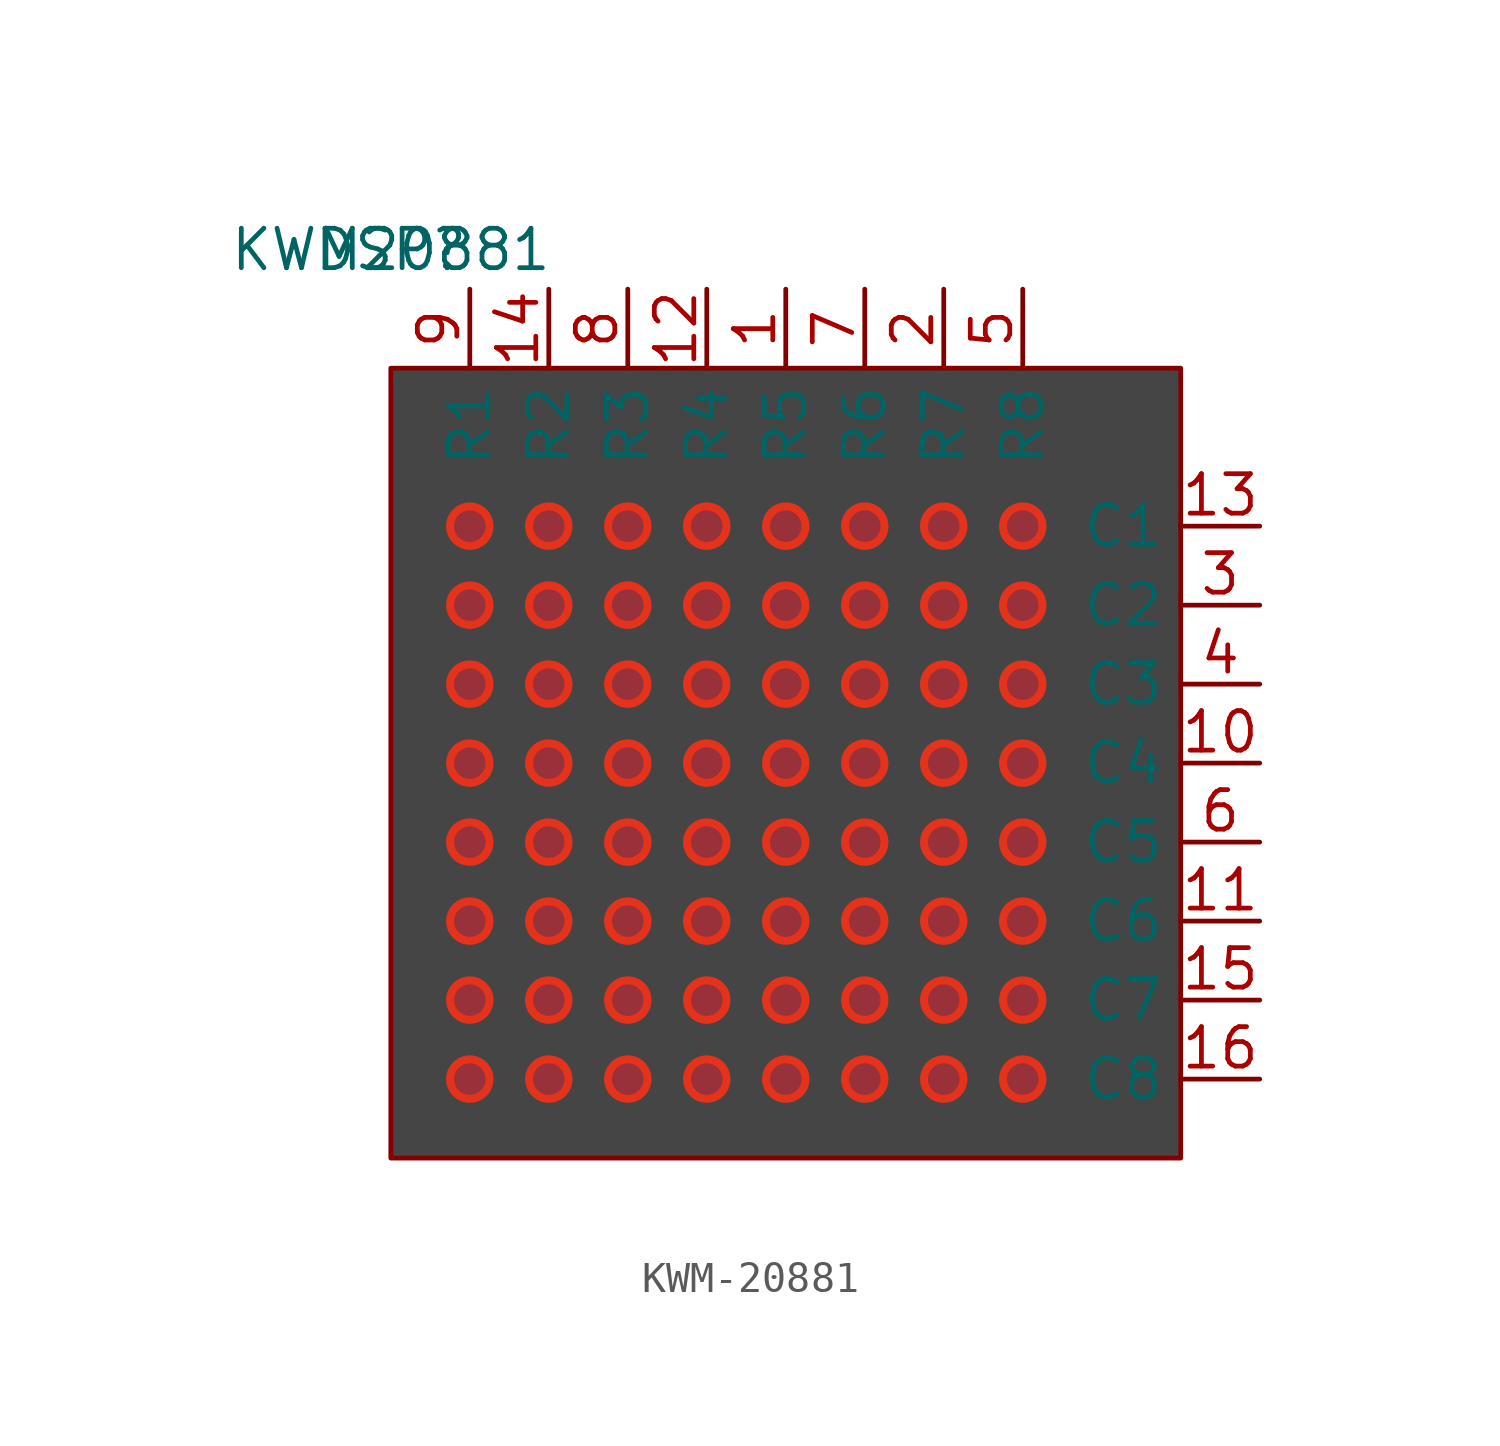
<source format=kicad_sym>
(kicad_symbol_lib
  (version 20241209)
  (generator "kicad_symbol_editor")
  (generator_version "9.0")
  (symbol "KWM-20881"
    (property "Reference" "DSP"
      (at 0 0 0)
      (effects (font (size 1.27 1.27))))
    (property "Value" "KWM20881"
      (at 0 0 0)
      (effects (font (size 1.27 1.27))))
    (symbol "KWM-20881_0_0"
      (pin input line (at 2.54 -1.27 270) (length 2.54) (name "R1" (effects (font (size 1.27 1.27)))) (number "9" (effects (font (size 1.27 1.27)))))
      (pin input line (at 5.08 -1.27 270) (length 2.54) (name "R2" (effects (font (size 1.27 1.27)))) (number "14" (effects (font (size 1.27 1.27)))))
      (pin input line (at 7.62 -1.27 270) (length 2.54) (name "R3" (effects (font (size 1.27 1.27)))) (number "8" (effects (font (size 1.27 1.27)))))
      (pin input line (at 10.16 -1.27 270) (length 2.54) (name "R4" (effects (font (size 1.27 1.27)))) (number "12" (effects (font (size 1.27 1.27)))))
      (pin input line (at 12.7 -1.27 270) (length 2.54) (name "R5" (effects (font (size 1.27 1.27)))) (number "1" (effects (font (size 1.27 1.27)))))
      (pin input line (at 15.24 -1.27 270) (length 2.54) (name "R6" (effects (font (size 1.27 1.27)))) (number "7" (effects (font (size 1.27 1.27)))))
      (pin input line (at 17.78 -1.27 270) (length 2.54) (name "R7" (effects (font (size 1.27 1.27)))) (number "2" (effects (font (size 1.27 1.27)))))
      (pin input line (at 20.32 -1.27 270) (length 2.54) (name "R8" (effects (font (size 1.27 1.27)))) (number "5" (effects (font (size 1.27 1.27)))))
      (pin input line (at 27.94 -8.89 180) (length 2.54) (name "C1" (effects (font (size 1.27 1.27)))) (number "13" (effects (font (size 1.27 1.27)))))
      (pin input line (at 27.94 -11.43 180) (length 2.54) (name "C2" (effects (font (size 1.27 1.27)))) (number "3" (effects (font (size 1.27 1.27)))))
      (pin input line (at 27.94 -13.97 180) (length 2.54) (name "C3" (effects (font (size 1.27 1.27)))) (number "4" (effects (font (size 1.27 1.27)))))
      (pin input line (at 27.94 -16.51 180) (length 2.54) (name "C4" (effects (font (size 1.27 1.27)))) (number "10" (effects (font (size 1.27 1.27)))))
      (pin input line (at 27.94 -19.05 180) (length 2.54) (name "C5" (effects (font (size 1.27 1.27)))) (number "6" (effects (font (size 1.27 1.27)))))
      (pin input line (at 27.94 -21.59 180) (length 2.54) (name "C6" (effects (font (size 1.27 1.27)))) (number "11" (effects (font (size 1.27 1.27)))))
      (pin input line (at 27.94 -24.13 180) (length 2.54) (name "C7" (effects (font (size 1.27 1.27)))) (number "15" (effects (font (size 1.27 1.27)))))
      (pin input line (at 27.94 -26.67 180) (length 2.54) (name "C8" (effects (font (size 1.27 1.27)))) (number "16" (effects (font (size 1.27 1.27))))))
    (symbol "KWM-20881_0_1"
      (rectangle (start 0 -3.81) (end 25.4 -29.21) (stroke (width 0) (type default)) (fill (type color) (color 69 69 69 1)))
      (circle (center 2.54 -8.89) (radius 0.635) (stroke (width 0.254) (type default) (color 229 51 27 1)) (fill (type color) (color 153 49 58 1)))
      (circle (center 2.54 -11.43) (radius 0.635) (stroke (width 0.254) (type default) (color 229 51 27 1)) (fill (type color) (color 153 49 58 1)))
      (circle (center 2.54 -13.97) (radius 0.635) (stroke (width 0.254) (type default) (color 229 51 27 1)) (fill (type color) (color 153 49 58 1)))
      (circle (center 2.54 -16.51) (radius 0.635) (stroke (width 0.254) (type default) (color 229 51 27 1)) (fill (type color) (color 153 49 58 1)))
      (circle (center 2.54 -19.05) (radius 0.635) (stroke (width 0.254) (type default) (color 229 51 27 1)) (fill (type color) (color 153 49 58 1)))
      (circle (center 2.54 -21.59) (radius 0.635) (stroke (width 0.254) (type default) (color 229 51 27 1)) (fill (type color) (color 153 49 58 1)))
      (circle (center 2.54 -24.13) (radius 0.635) (stroke (width 0.254) (type default) (color 229 51 27 1)) (fill (type color) (color 153 49 58 1)))
      (circle (center 2.54 -26.67) (radius 0.635) (stroke (width 0.254) (type default) (color 229 51 27 1)) (fill (type color) (color 153 49 58 1)))
      (circle (center 5.08 -8.89) (radius 0.635) (stroke (width 0.254) (type default) (color 229 51 27 1)) (fill (type color) (color 153 49 58 1)))
      (circle (center 5.08 -11.43) (radius 0.635) (stroke (width 0.254) (type default) (color 229 51 27 1)) (fill (type color) (color 153 49 58 1)))
      (circle (center 5.08 -13.97) (radius 0.635) (stroke (width 0.254) (type default) (color 229 51 27 1)) (fill (type color) (color 153 49 58 1)))
      (circle (center 5.08 -16.51) (radius 0.635) (stroke (width 0.254) (type default) (color 229 51 27 1)) (fill (type color) (color 153 49 58 1)))
      (circle (center 5.08 -19.05) (radius 0.635) (stroke (width 0.254) (type default) (color 229 51 27 1)) (fill (type color) (color 153 49 58 1)))
      (circle (center 5.08 -21.59) (radius 0.635) (stroke (width 0.254) (type default) (color 229 51 27 1)) (fill (type color) (color 153 49 58 1)))
      (circle (center 5.08 -24.13) (radius 0.635) (stroke (width 0.254) (type default) (color 229 51 27 1)) (fill (type color) (color 153 49 58 1)))
      (circle (center 5.08 -26.67) (radius 0.635) (stroke (width 0.254) (type default) (color 229 51 27 1)) (fill (type color) (color 153 49 58 1)))
      (circle (center 7.62 -8.89) (radius 0.635) (stroke (width 0.254) (type default) (color 229 51 27 1)) (fill (type color) (color 153 49 58 1)))
      (circle (center 7.62 -11.43) (radius 0.635) (stroke (width 0.254) (type default) (color 229 51 27 1)) (fill (type color) (color 153 49 58 1)))
      (circle (center 7.62 -13.97) (radius 0.635) (stroke (width 0.254) (type default) (color 229 51 27 1)) (fill (type color) (color 153 49 58 1)))
      (circle (center 7.62 -16.51) (radius 0.635) (stroke (width 0.254) (type default) (color 229 51 27 1)) (fill (type color) (color 153 49 58 1)))
      (circle (center 7.62 -19.05) (radius 0.635) (stroke (width 0.254) (type default) (color 229 51 27 1)) (fill (type color) (color 153 49 58 1)))
      (circle (center 7.62 -21.59) (radius 0.635) (stroke (width 0.254) (type default) (color 229 51 27 1)) (fill (type color) (color 153 49 58 1)))
      (circle (center 7.62 -24.13) (radius 0.635) (stroke (width 0.254) (type default) (color 229 51 27 1)) (fill (type color) (color 153 49 58 1)))
      (circle (center 7.62 -26.67) (radius 0.635) (stroke (width 0.254) (type default) (color 229 51 27 1)) (fill (type color) (color 153 49 58 1)))
      (circle (center 10.16 -8.89) (radius 0.635) (stroke (width 0.254) (type default) (color 229 51 27 1)) (fill (type color) (color 153 49 58 1)))
      (circle (center 10.16 -11.43) (radius 0.635) (stroke (width 0.254) (type default) (color 229 51 27 1)) (fill (type color) (color 153 49 58 1)))
      (circle (center 10.16 -13.97) (radius 0.635) (stroke (width 0.254) (type default) (color 229 51 27 1)) (fill (type color) (color 153 49 58 1)))
      (circle (center 10.16 -16.51) (radius 0.635) (stroke (width 0.254) (type default) (color 229 51 27 1)) (fill (type color) (color 153 49 58 1)))
      (circle (center 10.16 -19.05) (radius 0.635) (stroke (width 0.254) (type default) (color 229 51 27 1)) (fill (type color) (color 153 49 58 1)))
      (circle (center 10.16 -21.59) (radius 0.635) (stroke (width 0.254) (type default) (color 229 51 27 1)) (fill (type color) (color 153 49 58 1)))
      (circle (center 10.16 -24.13) (radius 0.635) (stroke (width 0.254) (type default) (color 229 51 27 1)) (fill (type color) (color 153 49 58 1)))
      (circle (center 10.16 -26.67) (radius 0.635) (stroke (width 0.254) (type default) (color 229 51 27 1)) (fill (type color) (color 153 49 58 1)))
      (circle (center 12.7 -8.89) (radius 0.635) (stroke (width 0.254) (type default) (color 229 51 27 1)) (fill (type color) (color 153 49 58 1)))
      (circle (center 12.7 -11.43) (radius 0.635) (stroke (width 0.254) (type default) (color 229 51 27 1)) (fill (type color) (color 153 49 58 1)))
      (circle (center 12.7 -13.97) (radius 0.635) (stroke (width 0.254) (type default) (color 229 51 27 1)) (fill (type color) (color 153 49 58 1)))
      (circle (center 12.7 -16.51) (radius 0.635) (stroke (width 0.254) (type default) (color 229 51 27 1)) (fill (type color) (color 153 49 58 1)))
      (circle (center 12.7 -19.05) (radius 0.635) (stroke (width 0.254) (type default) (color 229 51 27 1)) (fill (type color) (color 153 49 58 1)))
      (circle (center 12.7 -21.59) (radius 0.635) (stroke (width 0.254) (type default) (color 229 51 27 1)) (fill (type color) (color 153 49 58 1)))
      (circle (center 12.7 -24.13) (radius 0.635) (stroke (width 0.254) (type default) (color 229 51 27 1)) (fill (type color) (color 153 49 58 1)))
      (circle (center 12.7 -26.67) (radius 0.635) (stroke (width 0.254) (type default) (color 229 51 27 1)) (fill (type color) (color 153 49 58 1)))
      (circle (center 15.24 -8.89) (radius 0.635) (stroke (width 0.254) (type default) (color 229 51 27 1)) (fill (type color) (color 153 49 58 1)))
      (circle (center 15.24 -11.43) (radius 0.635) (stroke (width 0.254) (type default) (color 229 51 27 1)) (fill (type color) (color 153 49 58 1)))
      (circle (center 15.24 -13.97) (radius 0.635) (stroke (width 0.254) (type default) (color 229 51 27 1)) (fill (type color) (color 153 49 58 1)))
      (circle (center 15.24 -16.51) (radius 0.635) (stroke (width 0.254) (type default) (color 229 51 27 1)) (fill (type color) (color 153 49 58 1)))
      (circle (center 15.24 -19.05) (radius 0.635) (stroke (width 0.254) (type default) (color 229 51 27 1)) (fill (type color) (color 153 49 58 1)))
      (circle (center 15.24 -21.59) (radius 0.635) (stroke (width 0.254) (type default) (color 229 51 27 1)) (fill (type color) (color 153 49 58 1)))
      (circle (center 15.24 -24.13) (radius 0.635) (stroke (width 0.254) (type default) (color 229 51 27 1)) (fill (type color) (color 153 49 58 1)))
      (circle (center 15.24 -26.67) (radius 0.635) (stroke (width 0.254) (type default) (color 229 51 27 1)) (fill (type color) (color 153 49 58 1)))
      (circle (center 17.78 -8.89) (radius 0.635) (stroke (width 0.254) (type default) (color 229 51 27 1)) (fill (type color) (color 153 49 58 1)))
      (circle (center 17.78 -11.43) (radius 0.635) (stroke (width 0.254) (type default) (color 229 51 27 1)) (fill (type color) (color 153 49 58 1)))
      (circle (center 17.78 -13.97) (radius 0.635) (stroke (width 0.254) (type default) (color 229 51 27 1)) (fill (type color) (color 153 49 58 1)))
      (circle (center 17.78 -16.51) (radius 0.635) (stroke (width 0.254) (type default) (color 229 51 27 1)) (fill (type color) (color 153 49 58 1)))
      (circle (center 17.78 -19.05) (radius 0.635) (stroke (width 0.254) (type default) (color 229 51 27 1)) (fill (type color) (color 153 49 58 1)))
      (circle (center 17.78 -21.59) (radius 0.635) (stroke (width 0.254) (type default) (color 229 51 27 1)) (fill (type color) (color 153 49 58 1)))
      (circle (center 17.78 -24.13) (radius 0.635) (stroke (width 0.254) (type default) (color 229 51 27 1)) (fill (type color) (color 153 49 58 1)))
      (circle (center 17.78 -26.67) (radius 0.635) (stroke (width 0.254) (type default) (color 229 51 27 1)) (fill (type color) (color 153 49 58 1)))
      (circle (center 20.32 -8.89) (radius 0.635) (stroke (width 0.254) (type default) (color 229 51 27 1)) (fill (type color) (color 153 49 58 1)))
      (circle (center 20.32 -11.43) (radius 0.635) (stroke (width 0.254) (type default) (color 229 51 27 1)) (fill (type color) (color 153 49 58 1)))
      (circle (center 20.32 -13.97) (radius 0.635) (stroke (width 0.254) (type default) (color 229 51 27 1)) (fill (type color) (color 153 49 58 1)))
      (circle (center 20.32 -16.51) (radius 0.635) (stroke (width 0.254) (type default) (color 229 51 27 1)) (fill (type color) (color 153 49 58 1)))
      (circle (center 20.32 -19.05) (radius 0.635) (stroke (width 0.254) (type default) (color 229 51 27 1)) (fill (type color) (color 153 49 58 1)))
      (circle (center 20.32 -21.59) (radius 0.635) (stroke (width 0.254) (type default) (color 229 51 27 1)) (fill (type color) (color 153 49 58 1)))
      (circle (center 20.32 -24.13) (radius 0.635) (stroke (width 0.254) (type default) (color 229 51 27 1)) (fill (type color) (color 153 49 58 1)))
      (circle (center 20.32 -26.67) (radius 0.635) (stroke (width 0.254) (type default) (color 229 51 27 1)) (fill (type color) (color 153 49 58 1))))))
</source>
